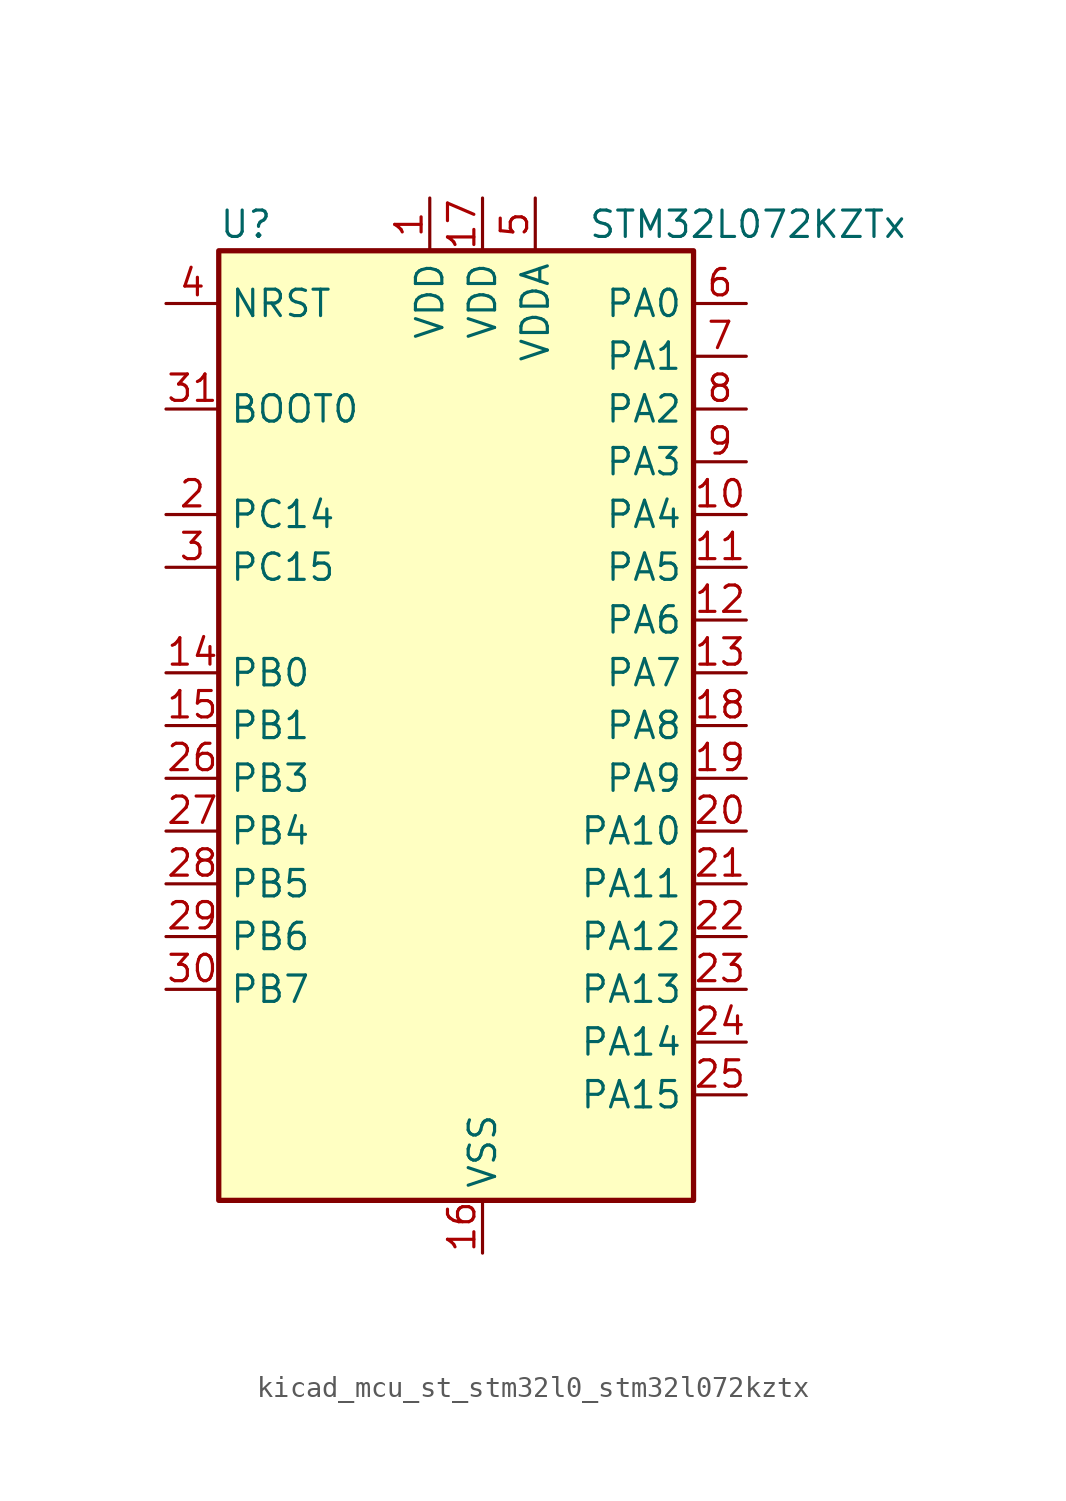
<source format=kicad_sym>
(kicad_symbol_lib
  (version 20220914)
  (generator kicad_symbol_editor)
  (symbol "kicad_mcu_st_stm32l0_stm32l072kztx"
    (property "Reference" "U"
      (at -10.16 24.13 0)
      (effects (font (size 1.27 1.27)) (justify left)))
    (property "Value" "STM32L072KZTx"
      (at 7.62 24.13 0)
      (effects (font (size 1.27 1.27)) (justify left)))
    (property "ki_locked" ""
      (at 0 0 0)
      (effects (font (size 1.27 1.27))))
    (symbol "kicad_mcu_st_stm32l0_stm32l072kztx_0_1"
      (rectangle (start -10.16 -22.86) (end 12.7 22.86) (stroke (width 0.254) (type default)) (fill (type background))))
    (symbol "kicad_mcu_st_stm32l0_stm32l072kztx_1_1"
      (pin power_in line (at 0 25.4 270) (length 2.54) (name "VDD" (effects (font (size 1.27 1.27)))) (number "1" (effects (font (size 1.27 1.27)))))
      (pin bidirectional line (at 15.24 10.16 180) (length 2.54) (name "PA4" (effects (font (size 1.27 1.27)))) (number "10" (effects (font (size 1.27 1.27)))) (alternate "ADC_IN4" bidirectional line) (alternate "COMP1_INM" bidirectional line) (alternate "COMP2_INM" bidirectional line) (alternate "DAC_OUT1" bidirectional line) (alternate "SPI1_NSS" bidirectional line) (alternate "TIM22_ETR" bidirectional line) (alternate "TSC_G2_IO1" bidirectional line) (alternate "USART2_CK" bidirectional line))
      (pin bidirectional line (at 15.24 7.62 180) (length 2.54) (name "PA5" (effects (font (size 1.27 1.27)))) (number "11" (effects (font (size 1.27 1.27)))) (alternate "ADC_IN5" bidirectional line) (alternate "COMP1_INM" bidirectional line) (alternate "COMP2_INM" bidirectional line) (alternate "DAC_OUT2" bidirectional line) (alternate "SPI1_SCK" bidirectional line) (alternate "TIM2_CH1" bidirectional line) (alternate "TIM2_ETR" bidirectional line) (alternate "TSC_G2_IO2" bidirectional line))
      (pin bidirectional line (at 15.24 5.08 180) (length 2.54) (name "PA6" (effects (font (size 1.27 1.27)))) (number "12" (effects (font (size 1.27 1.27)))) (alternate "ADC_IN6" bidirectional line) (alternate "COMP1_OUT" bidirectional line) (alternate "LPUART1_CTS" bidirectional line) (alternate "SPI1_MISO" bidirectional line) (alternate "TIM22_CH1" bidirectional line) (alternate "TIM3_CH1" bidirectional line) (alternate "TSC_G2_IO3" bidirectional line))
      (pin bidirectional line (at 15.24 2.54 180) (length 2.54) (name "PA7" (effects (font (size 1.27 1.27)))) (number "13" (effects (font (size 1.27 1.27)))) (alternate "ADC_IN7" bidirectional line) (alternate "COMP2_OUT" bidirectional line) (alternate "SPI1_MOSI" bidirectional line) (alternate "TIM22_CH2" bidirectional line) (alternate "TIM3_CH2" bidirectional line) (alternate "TSC_G2_IO4" bidirectional line))
      (pin bidirectional line (at -12.7 2.54 0) (length 2.54) (name "PB0" (effects (font (size 1.27 1.27)))) (number "14" (effects (font (size 1.27 1.27)))) (alternate "ADC_IN8" bidirectional line) (alternate "SYS_VREF_OUT_PB0" bidirectional line) (alternate "TIM3_CH3" bidirectional line) (alternate "TSC_G3_IO2" bidirectional line))
      (pin bidirectional line (at -12.7 0 0) (length 2.54) (name "PB1" (effects (font (size 1.27 1.27)))) (number "15" (effects (font (size 1.27 1.27)))) (alternate "ADC_IN9" bidirectional line) (alternate "LPUART1_DE" bidirectional line) (alternate "LPUART1_RTS" bidirectional line) (alternate "SYS_VREF_OUT_PB1" bidirectional line) (alternate "TIM3_CH4" bidirectional line) (alternate "TSC_G3_IO3" bidirectional line))
      (pin power_in line (at 2.54 -25.4 90) (length 2.54) (name "VSS" (effects (font (size 1.27 1.27)))) (number "16" (effects (font (size 1.27 1.27)))))
      (pin power_in line (at 2.54 25.4 270) (length 2.54) (name "VDD" (effects (font (size 1.27 1.27)))) (number "17" (effects (font (size 1.27 1.27)))))
      (pin bidirectional line (at 15.24 0 180) (length 2.54) (name "PA8" (effects (font (size 1.27 1.27)))) (number "18" (effects (font (size 1.27 1.27)))) (alternate "CRS_SYNC" bidirectional line) (alternate "I2C3_SCL" bidirectional line) (alternate "RCC_MCO" bidirectional line) (alternate "USART1_CK" bidirectional line))
      (pin bidirectional line (at 15.24 -2.54 180) (length 2.54) (name "PA9" (effects (font (size 1.27 1.27)))) (number "19" (effects (font (size 1.27 1.27)))) (alternate "DAC_EXTI9" bidirectional line) (alternate "I2C1_SCL" bidirectional line) (alternate "I2C3_SMBA" bidirectional line) (alternate "RCC_MCO" bidirectional line) (alternate "TSC_G4_IO1" bidirectional line) (alternate "USART1_TX" bidirectional line))
      (pin bidirectional line (at -12.7 10.16 0) (length 2.54) (name "PC14" (effects (font (size 1.27 1.27)))) (number "2" (effects (font (size 1.27 1.27)))) (alternate "RCC_OSC32_IN" bidirectional line))
      (pin bidirectional line (at 15.24 -5.08 180) (length 2.54) (name "PA10" (effects (font (size 1.27 1.27)))) (number "20" (effects (font (size 1.27 1.27)))) (alternate "I2C1_SDA" bidirectional line) (alternate "TSC_G4_IO2" bidirectional line) (alternate "USART1_RX" bidirectional line))
      (pin bidirectional line (at 15.24 -7.62 180) (length 2.54) (name "PA11" (effects (font (size 1.27 1.27)))) (number "21" (effects (font (size 1.27 1.27)))) (alternate "ADC_EXTI11" bidirectional line) (alternate "COMP1_OUT" bidirectional line) (alternate "SPI1_MISO" bidirectional line) (alternate "TSC_G4_IO3" bidirectional line) (alternate "USART1_CTS" bidirectional line) (alternate "USB_DM" bidirectional line))
      (pin bidirectional line (at 15.24 -10.16 180) (length 2.54) (name "PA12" (effects (font (size 1.27 1.27)))) (number "22" (effects (font (size 1.27 1.27)))) (alternate "COMP2_OUT" bidirectional line) (alternate "SPI1_MOSI" bidirectional line) (alternate "TSC_G4_IO4" bidirectional line) (alternate "USART1_DE" bidirectional line) (alternate "USART1_RTS" bidirectional line) (alternate "USB_DP" bidirectional line))
      (pin bidirectional line (at 15.24 -12.7 180) (length 2.54) (name "PA13" (effects (font (size 1.27 1.27)))) (number "23" (effects (font (size 1.27 1.27)))) (alternate "LPUART1_RX" bidirectional line) (alternate "SYS_SWDIO" bidirectional line) (alternate "USB_NOE" bidirectional line))
      (pin bidirectional line (at 15.24 -15.24 180) (length 2.54) (name "PA14" (effects (font (size 1.27 1.27)))) (number "24" (effects (font (size 1.27 1.27)))) (alternate "LPUART1_TX" bidirectional line) (alternate "SYS_SWCLK" bidirectional line) (alternate "USART2_TX" bidirectional line))
      (pin bidirectional line (at 15.24 -17.78 180) (length 2.54) (name "PA15" (effects (font (size 1.27 1.27)))) (number "25" (effects (font (size 1.27 1.27)))) (alternate "SPI1_NSS" bidirectional line) (alternate "TIM2_CH1" bidirectional line) (alternate "TIM2_ETR" bidirectional line) (alternate "USART2_RX" bidirectional line) (alternate "USART4_DE" bidirectional line) (alternate "USART4_RTS" bidirectional line))
      (pin bidirectional line (at -12.7 -2.54 0) (length 2.54) (name "PB3" (effects (font (size 1.27 1.27)))) (number "26" (effects (font (size 1.27 1.27)))) (alternate "COMP2_INM" bidirectional line) (alternate "SPI1_SCK" bidirectional line) (alternate "TIM2_CH2" bidirectional line) (alternate "TSC_G5_IO1" bidirectional line) (alternate "USART1_DE" bidirectional line) (alternate "USART1_RTS" bidirectional line) (alternate "USART5_TX" bidirectional line))
      (pin bidirectional line (at -12.7 -5.08 0) (length 2.54) (name "PB4" (effects (font (size 1.27 1.27)))) (number "27" (effects (font (size 1.27 1.27)))) (alternate "COMP2_INP" bidirectional line) (alternate "I2C3_SDA" bidirectional line) (alternate "SPI1_MISO" bidirectional line) (alternate "TIM22_CH1" bidirectional line) (alternate "TIM3_CH1" bidirectional line) (alternate "TSC_G5_IO2" bidirectional line) (alternate "USART1_CTS" bidirectional line) (alternate "USART5_RX" bidirectional line))
      (pin bidirectional line (at -12.7 -7.62 0) (length 2.54) (name "PB5" (effects (font (size 1.27 1.27)))) (number "28" (effects (font (size 1.27 1.27)))) (alternate "COMP2_INP" bidirectional line) (alternate "I2C1_SMBA" bidirectional line) (alternate "LPTIM1_IN1" bidirectional line) (alternate "SPI1_MOSI" bidirectional line) (alternate "TIM22_CH2" bidirectional line) (alternate "TIM3_CH2" bidirectional line) (alternate "USART1_CK" bidirectional line) (alternate "USART5_CK" bidirectional line) (alternate "USART5_DE" bidirectional line) (alternate "USART5_RTS" bidirectional line))
      (pin bidirectional line (at -12.7 -10.16 0) (length 2.54) (name "PB6" (effects (font (size 1.27 1.27)))) (number "29" (effects (font (size 1.27 1.27)))) (alternate "COMP2_INP" bidirectional line) (alternate "I2C1_SCL" bidirectional line) (alternate "LPTIM1_ETR" bidirectional line) (alternate "TSC_G5_IO3" bidirectional line) (alternate "USART1_TX" bidirectional line))
      (pin bidirectional line (at -12.7 7.62 0) (length 2.54) (name "PC15" (effects (font (size 1.27 1.27)))) (number "3" (effects (font (size 1.27 1.27)))) (alternate "RCC_OSC32_OUT" bidirectional line))
      (pin bidirectional line (at -12.7 -12.7 0) (length 2.54) (name "PB7" (effects (font (size 1.27 1.27)))) (number "30" (effects (font (size 1.27 1.27)))) (alternate "COMP2_INP" bidirectional line) (alternate "I2C1_SDA" bidirectional line) (alternate "LPTIM1_IN2" bidirectional line) (alternate "SYS_PVD_IN" bidirectional line) (alternate "TSC_G5_IO4" bidirectional line) (alternate "USART1_RX" bidirectional line) (alternate "USART4_CTS" bidirectional line))
      (pin input line (at -12.7 15.24 0) (length 2.54) (name "BOOT0" (effects (font (size 1.27 1.27)))) (number "31" (effects (font (size 1.27 1.27)))))
      (pin passive line (at 2.54 -25.4 90) (length 2.54) hide (name "VSS" (effects (font (size 1.27 1.27)))) (number "32" (effects (font (size 1.27 1.27)))))
      (pin input line (at -12.7 20.32 0) (length 2.54) (name "NRST" (effects (font (size 1.27 1.27)))) (number "4" (effects (font (size 1.27 1.27)))))
      (pin power_in line (at 5.08 25.4 270) (length 2.54) (name "VDDA" (effects (font (size 1.27 1.27)))) (number "5" (effects (font (size 1.27 1.27)))))
      (pin bidirectional line (at 15.24 20.32 180) (length 2.54) (name "PA0" (effects (font (size 1.27 1.27)))) (number "6" (effects (font (size 1.27 1.27)))) (alternate "ADC_IN0" bidirectional line) (alternate "COMP1_INM" bidirectional line) (alternate "COMP1_OUT" bidirectional line) (alternate "RTC_TAMP2" bidirectional line) (alternate "SYS_WKUP1" bidirectional line) (alternate "TIM2_CH1" bidirectional line) (alternate "TIM2_ETR" bidirectional line) (alternate "TSC_G1_IO1" bidirectional line) (alternate "USART2_CTS" bidirectional line) (alternate "USART4_TX" bidirectional line))
      (pin bidirectional line (at 15.24 17.78 180) (length 2.54) (name "PA1" (effects (font (size 1.27 1.27)))) (number "7" (effects (font (size 1.27 1.27)))) (alternate "ADC_IN1" bidirectional line) (alternate "COMP1_INP" bidirectional line) (alternate "TIM21_ETR" bidirectional line) (alternate "TIM2_CH2" bidirectional line) (alternate "TSC_G1_IO2" bidirectional line) (alternate "USART2_DE" bidirectional line) (alternate "USART2_RTS" bidirectional line) (alternate "USART4_RX" bidirectional line))
      (pin bidirectional line (at 15.24 15.24 180) (length 2.54) (name "PA2" (effects (font (size 1.27 1.27)))) (number "8" (effects (font (size 1.27 1.27)))) (alternate "ADC_IN2" bidirectional line) (alternate "COMP2_INM" bidirectional line) (alternate "COMP2_OUT" bidirectional line) (alternate "LPUART1_TX" bidirectional line) (alternate "TIM21_CH1" bidirectional line) (alternate "TIM2_CH3" bidirectional line) (alternate "TSC_G1_IO3" bidirectional line) (alternate "USART2_TX" bidirectional line))
      (pin bidirectional line (at 15.24 12.7 180) (length 2.54) (name "PA3" (effects (font (size 1.27 1.27)))) (number "9" (effects (font (size 1.27 1.27)))) (alternate "ADC_IN3" bidirectional line) (alternate "COMP2_INP" bidirectional line) (alternate "LPUART1_RX" bidirectional line) (alternate "TIM21_CH2" bidirectional line) (alternate "TIM2_CH4" bidirectional line) (alternate "TSC_G1_IO4" bidirectional line) (alternate "USART2_RX" bidirectional line)))))
</source>
